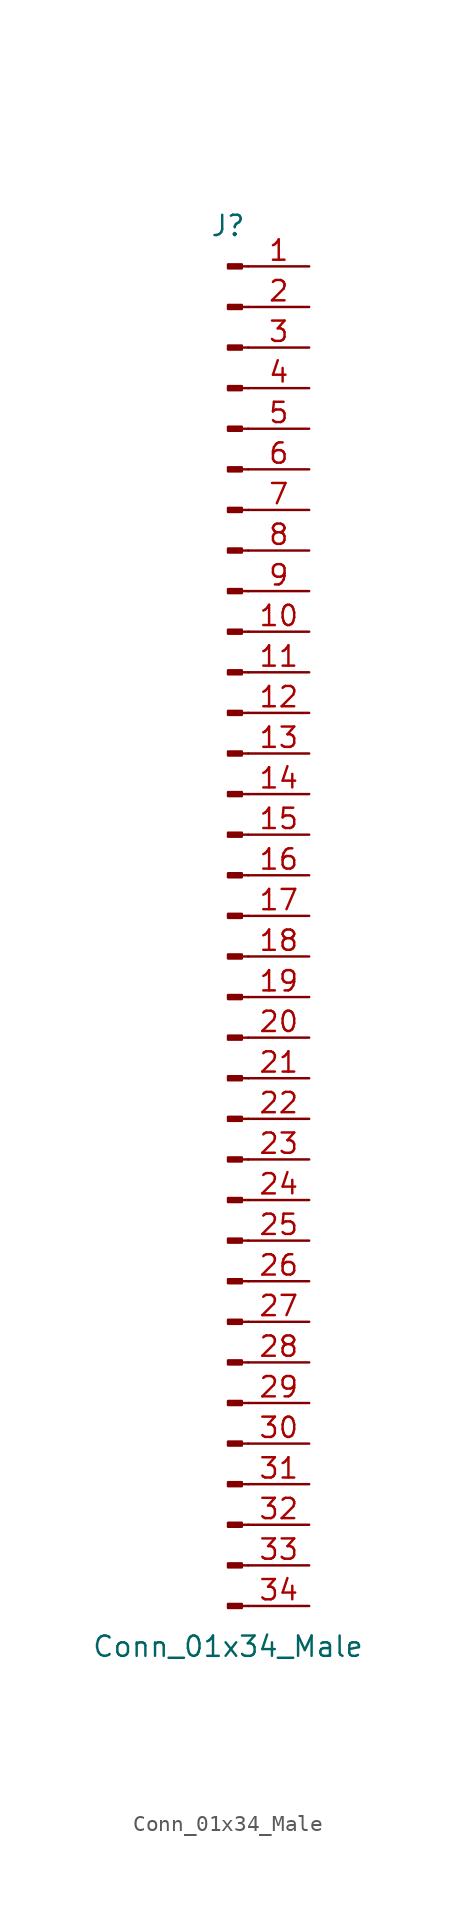
<source format=kicad_sym>
(kicad_symbol_lib
  (version 20201005)
  (generator kicad_symbol_editor)
  (symbol "Connector:Conn_01x34_Male"
    (pin_names
      (offset 1.016) hide)
    (property "Reference" "J"
      (at 0 43.18 0)
      (effects (font (size 1.27 1.27))))
    (property "Value" "Conn_01x34_Male"
      (at 0 -45.72 0)
      (effects (font (size 1.27 1.27))))
    (symbol "Conn_01x34_Male_1_1"
      (rectangle (start 0.864 -43.053) (end 0 -43.307) (stroke (width 0.152)) (fill (type outline)))
      (rectangle (start 0.864 -40.513) (end 0 -40.767) (stroke (width 0.152)) (fill (type outline)))
      (rectangle (start 0.864 -37.973) (end 0 -38.227) (stroke (width 0.152)) (fill (type outline)))
      (rectangle (start 0.864 -35.433) (end 0 -35.687) (stroke (width 0.152)) (fill (type outline)))
      (rectangle (start 0.864 -32.893) (end 0 -33.147) (stroke (width 0.152)) (fill (type outline)))
      (rectangle (start 0.864 -30.353) (end 0 -30.607) (stroke (width 0.152)) (fill (type outline)))
      (rectangle (start 0.864 -27.813) (end 0 -28.067) (stroke (width 0.152)) (fill (type outline)))
      (rectangle (start 0.864 -25.273) (end 0 -25.527) (stroke (width 0.152)) (fill (type outline)))
      (rectangle (start 0.864 -22.733) (end 0 -22.987) (stroke (width 0.152)) (fill (type outline)))
      (rectangle (start 0.864 -20.193) (end 0 -20.447) (stroke (width 0.152)) (fill (type outline)))
      (rectangle (start 0.864 -17.653) (end 0 -17.907) (stroke (width 0.152)) (fill (type outline)))
      (rectangle (start 0.864 -15.113) (end 0 -15.367) (stroke (width 0.152)) (fill (type outline)))
      (rectangle (start 0.864 -12.573) (end 0 -12.827) (stroke (width 0.152)) (fill (type outline)))
      (rectangle (start 0.864 -10.033) (end 0 -10.287) (stroke (width 0.152)) (fill (type outline)))
      (rectangle (start 0.864 -7.493) (end 0 -7.747) (stroke (width 0.152)) (fill (type outline)))
      (rectangle (start 0.864 -4.953) (end 0 -5.207) (stroke (width 0.152)) (fill (type outline)))
      (rectangle (start 0.864 -2.413) (end 0 -2.667) (stroke (width 0.152)) (fill (type outline)))
      (rectangle (start 0.864 0.127) (end 0 -0.127) (stroke (width 0.152)) (fill (type outline)))
      (rectangle (start 0.864 2.667) (end 0 2.413) (stroke (width 0.152)) (fill (type outline)))
      (rectangle (start 0.864 5.207) (end 0 4.953) (stroke (width 0.152)) (fill (type outline)))
      (rectangle (start 0.864 7.747) (end 0 7.493) (stroke (width 0.152)) (fill (type outline)))
      (rectangle (start 0.864 10.287) (end 0 10.033) (stroke (width 0.152)) (fill (type outline)))
      (rectangle (start 0.864 12.827) (end 0 12.573) (stroke (width 0.152)) (fill (type outline)))
      (rectangle (start 0.864 15.367) (end 0 15.113) (stroke (width 0.152)) (fill (type outline)))
      (rectangle (start 0.864 17.907) (end 0 17.653) (stroke (width 0.152)) (fill (type outline)))
      (rectangle (start 0.864 20.447) (end 0 20.193) (stroke (width 0.152)) (fill (type outline)))
      (rectangle (start 0.864 22.987) (end 0 22.733) (stroke (width 0.152)) (fill (type outline)))
      (rectangle (start 0.864 25.527) (end 0 25.273) (stroke (width 0.152)) (fill (type outline)))
      (rectangle (start 0.864 28.067) (end 0 27.813) (stroke (width 0.152)) (fill (type outline)))
      (rectangle (start 0.864 30.607) (end 0 30.353) (stroke (width 0.152)) (fill (type outline)))
      (rectangle (start 0.864 33.147) (end 0 32.893) (stroke (width 0.152)) (fill (type outline)))
      (rectangle (start 0.864 35.687) (end 0 35.433) (stroke (width 0.152)) (fill (type outline)))
      (rectangle (start 0.864 38.227) (end 0 37.973) (stroke (width 0.152)) (fill (type outline)))
      (rectangle (start 0.864 40.767) (end 0 40.513) (stroke (width 0.152)) (fill (type outline)))
      (polyline (pts (xy 1.27 -43.18) (xy 0.864 -43.18)) (stroke (width 0.152)) (fill (type none)))
      (polyline (pts (xy 1.27 -40.64) (xy 0.864 -40.64)) (stroke (width 0.152)) (fill (type none)))
      (polyline (pts (xy 1.27 -38.1) (xy 0.864 -38.1)) (stroke (width 0.152)) (fill (type none)))
      (polyline (pts (xy 1.27 -35.56) (xy 0.864 -35.56)) (stroke (width 0.152)) (fill (type none)))
      (polyline (pts (xy 1.27 -33.02) (xy 0.864 -33.02)) (stroke (width 0.152)) (fill (type none)))
      (polyline (pts (xy 1.27 -30.48) (xy 0.864 -30.48)) (stroke (width 0.152)) (fill (type none)))
      (polyline (pts (xy 1.27 -27.94) (xy 0.864 -27.94)) (stroke (width 0.152)) (fill (type none)))
      (polyline (pts (xy 1.27 -25.4) (xy 0.864 -25.4)) (stroke (width 0.152)) (fill (type none)))
      (polyline (pts (xy 1.27 -22.86) (xy 0.864 -22.86)) (stroke (width 0.152)) (fill (type none)))
      (polyline (pts (xy 1.27 -20.32) (xy 0.864 -20.32)) (stroke (width 0.152)) (fill (type none)))
      (polyline (pts (xy 1.27 -17.78) (xy 0.864 -17.78)) (stroke (width 0.152)) (fill (type none)))
      (polyline (pts (xy 1.27 -15.24) (xy 0.864 -15.24)) (stroke (width 0.152)) (fill (type none)))
      (polyline (pts (xy 1.27 -12.7) (xy 0.864 -12.7)) (stroke (width 0.152)) (fill (type none)))
      (polyline (pts (xy 1.27 -10.16) (xy 0.864 -10.16)) (stroke (width 0.152)) (fill (type none)))
      (polyline (pts (xy 1.27 -7.62) (xy 0.864 -7.62)) (stroke (width 0.152)) (fill (type none)))
      (polyline (pts (xy 1.27 -5.08) (xy 0.864 -5.08)) (stroke (width 0.152)) (fill (type none)))
      (polyline (pts (xy 1.27 -2.54) (xy 0.864 -2.54)) (stroke (width 0.152)) (fill (type none)))
      (polyline (pts (xy 1.27 0) (xy 0.864 0)) (stroke (width 0.152)) (fill (type none)))
      (polyline (pts (xy 1.27 2.54) (xy 0.864 2.54)) (stroke (width 0.152)) (fill (type none)))
      (polyline (pts (xy 1.27 5.08) (xy 0.864 5.08)) (stroke (width 0.152)) (fill (type none)))
      (polyline (pts (xy 1.27 7.62) (xy 0.864 7.62)) (stroke (width 0.152)) (fill (type none)))
      (polyline (pts (xy 1.27 10.16) (xy 0.864 10.16)) (stroke (width 0.152)) (fill (type none)))
      (polyline (pts (xy 1.27 12.7) (xy 0.864 12.7)) (stroke (width 0.152)) (fill (type none)))
      (polyline (pts (xy 1.27 15.24) (xy 0.864 15.24)) (stroke (width 0.152)) (fill (type none)))
      (polyline (pts (xy 1.27 17.78) (xy 0.864 17.78)) (stroke (width 0.152)) (fill (type none)))
      (polyline (pts (xy 1.27 20.32) (xy 0.864 20.32)) (stroke (width 0.152)) (fill (type none)))
      (polyline (pts (xy 1.27 22.86) (xy 0.864 22.86)) (stroke (width 0.152)) (fill (type none)))
      (polyline (pts (xy 1.27 25.4) (xy 0.864 25.4)) (stroke (width 0.152)) (fill (type none)))
      (polyline (pts (xy 1.27 27.94) (xy 0.864 27.94)) (stroke (width 0.152)) (fill (type none)))
      (polyline (pts (xy 1.27 30.48) (xy 0.864 30.48)) (stroke (width 0.152)) (fill (type none)))
      (polyline (pts (xy 1.27 33.02) (xy 0.864 33.02)) (stroke (width 0.152)) (fill (type none)))
      (polyline (pts (xy 1.27 35.56) (xy 0.864 35.56)) (stroke (width 0.152)) (fill (type none)))
      (polyline (pts (xy 1.27 38.1) (xy 0.864 38.1)) (stroke (width 0.152)) (fill (type none)))
      (polyline (pts (xy 1.27 40.64) (xy 0.864 40.64)) (stroke (width 0.152)) (fill (type none)))
      (pin passive line (at 5.08 40.64 180) (length 3.81) (name "Pin_1" (effects (font (size 1.27 1.27)))) (number "1" (effects (font (size 1.27 1.27)))))
      (pin passive line (at 5.08 17.78 180) (length 3.81) (name "Pin_10" (effects (font (size 1.27 1.27)))) (number "10" (effects (font (size 1.27 1.27)))))
      (pin passive line (at 5.08 15.24 180) (length 3.81) (name "Pin_11" (effects (font (size 1.27 1.27)))) (number "11" (effects (font (size 1.27 1.27)))))
      (pin passive line (at 5.08 12.7 180) (length 3.81) (name "Pin_12" (effects (font (size 1.27 1.27)))) (number "12" (effects (font (size 1.27 1.27)))))
      (pin passive line (at 5.08 10.16 180) (length 3.81) (name "Pin_13" (effects (font (size 1.27 1.27)))) (number "13" (effects (font (size 1.27 1.27)))))
      (pin passive line (at 5.08 7.62 180) (length 3.81) (name "Pin_14" (effects (font (size 1.27 1.27)))) (number "14" (effects (font (size 1.27 1.27)))))
      (pin passive line (at 5.08 5.08 180) (length 3.81) (name "Pin_15" (effects (font (size 1.27 1.27)))) (number "15" (effects (font (size 1.27 1.27)))))
      (pin passive line (at 5.08 2.54 180) (length 3.81) (name "Pin_16" (effects (font (size 1.27 1.27)))) (number "16" (effects (font (size 1.27 1.27)))))
      (pin passive line (at 5.08 0 180) (length 3.81) (name "Pin_17" (effects (font (size 1.27 1.27)))) (number "17" (effects (font (size 1.27 1.27)))))
      (pin passive line (at 5.08 -2.54 180) (length 3.81) (name "Pin_18" (effects (font (size 1.27 1.27)))) (number "18" (effects (font (size 1.27 1.27)))))
      (pin passive line (at 5.08 -5.08 180) (length 3.81) (name "Pin_19" (effects (font (size 1.27 1.27)))) (number "19" (effects (font (size 1.27 1.27)))))
      (pin passive line (at 5.08 38.1 180) (length 3.81) (name "Pin_2" (effects (font (size 1.27 1.27)))) (number "2" (effects (font (size 1.27 1.27)))))
      (pin passive line (at 5.08 -7.62 180) (length 3.81) (name "Pin_20" (effects (font (size 1.27 1.27)))) (number "20" (effects (font (size 1.27 1.27)))))
      (pin passive line (at 5.08 -10.16 180) (length 3.81) (name "Pin_21" (effects (font (size 1.27 1.27)))) (number "21" (effects (font (size 1.27 1.27)))))
      (pin passive line (at 5.08 -12.7 180) (length 3.81) (name "Pin_22" (effects (font (size 1.27 1.27)))) (number "22" (effects (font (size 1.27 1.27)))))
      (pin passive line (at 5.08 -15.24 180) (length 3.81) (name "Pin_23" (effects (font (size 1.27 1.27)))) (number "23" (effects (font (size 1.27 1.27)))))
      (pin passive line (at 5.08 -17.78 180) (length 3.81) (name "Pin_24" (effects (font (size 1.27 1.27)))) (number "24" (effects (font (size 1.27 1.27)))))
      (pin passive line (at 5.08 -20.32 180) (length 3.81) (name "Pin_25" (effects (font (size 1.27 1.27)))) (number "25" (effects (font (size 1.27 1.27)))))
      (pin passive line (at 5.08 -22.86 180) (length 3.81) (name "Pin_26" (effects (font (size 1.27 1.27)))) (number "26" (effects (font (size 1.27 1.27)))))
      (pin passive line (at 5.08 -25.4 180) (length 3.81) (name "Pin_27" (effects (font (size 1.27 1.27)))) (number "27" (effects (font (size 1.27 1.27)))))
      (pin passive line (at 5.08 -27.94 180) (length 3.81) (name "Pin_28" (effects (font (size 1.27 1.27)))) (number "28" (effects (font (size 1.27 1.27)))))
      (pin passive line (at 5.08 -30.48 180) (length 3.81) (name "Pin_29" (effects (font (size 1.27 1.27)))) (number "29" (effects (font (size 1.27 1.27)))))
      (pin passive line (at 5.08 35.56 180) (length 3.81) (name "Pin_3" (effects (font (size 1.27 1.27)))) (number "3" (effects (font (size 1.27 1.27)))))
      (pin passive line (at 5.08 -33.02 180) (length 3.81) (name "Pin_30" (effects (font (size 1.27 1.27)))) (number "30" (effects (font (size 1.27 1.27)))))
      (pin passive line (at 5.08 -35.56 180) (length 3.81) (name "Pin_31" (effects (font (size 1.27 1.27)))) (number "31" (effects (font (size 1.27 1.27)))))
      (pin passive line (at 5.08 -38.1 180) (length 3.81) (name "Pin_32" (effects (font (size 1.27 1.27)))) (number "32" (effects (font (size 1.27 1.27)))))
      (pin passive line (at 5.08 -40.64 180) (length 3.81) (name "Pin_33" (effects (font (size 1.27 1.27)))) (number "33" (effects (font (size 1.27 1.27)))))
      (pin passive line (at 5.08 -43.18 180) (length 3.81) (name "Pin_34" (effects (font (size 1.27 1.27)))) (number "34" (effects (font (size 1.27 1.27)))))
      (pin passive line (at 5.08 33.02 180) (length 3.81) (name "Pin_4" (effects (font (size 1.27 1.27)))) (number "4" (effects (font (size 1.27 1.27)))))
      (pin passive line (at 5.08 30.48 180) (length 3.81) (name "Pin_5" (effects (font (size 1.27 1.27)))) (number "5" (effects (font (size 1.27 1.27)))))
      (pin passive line (at 5.08 27.94 180) (length 3.81) (name "Pin_6" (effects (font (size 1.27 1.27)))) (number "6" (effects (font (size 1.27 1.27)))))
      (pin passive line (at 5.08 25.4 180) (length 3.81) (name "Pin_7" (effects (font (size 1.27 1.27)))) (number "7" (effects (font (size 1.27 1.27)))))
      (pin passive line (at 5.08 22.86 180) (length 3.81) (name "Pin_8" (effects (font (size 1.27 1.27)))) (number "8" (effects (font (size 1.27 1.27)))))
      (pin passive line (at 5.08 20.32 180) (length 3.81) (name "Pin_9" (effects (font (size 1.27 1.27)))) (number "9" (effects (font (size 1.27 1.27))))))))
</source>
